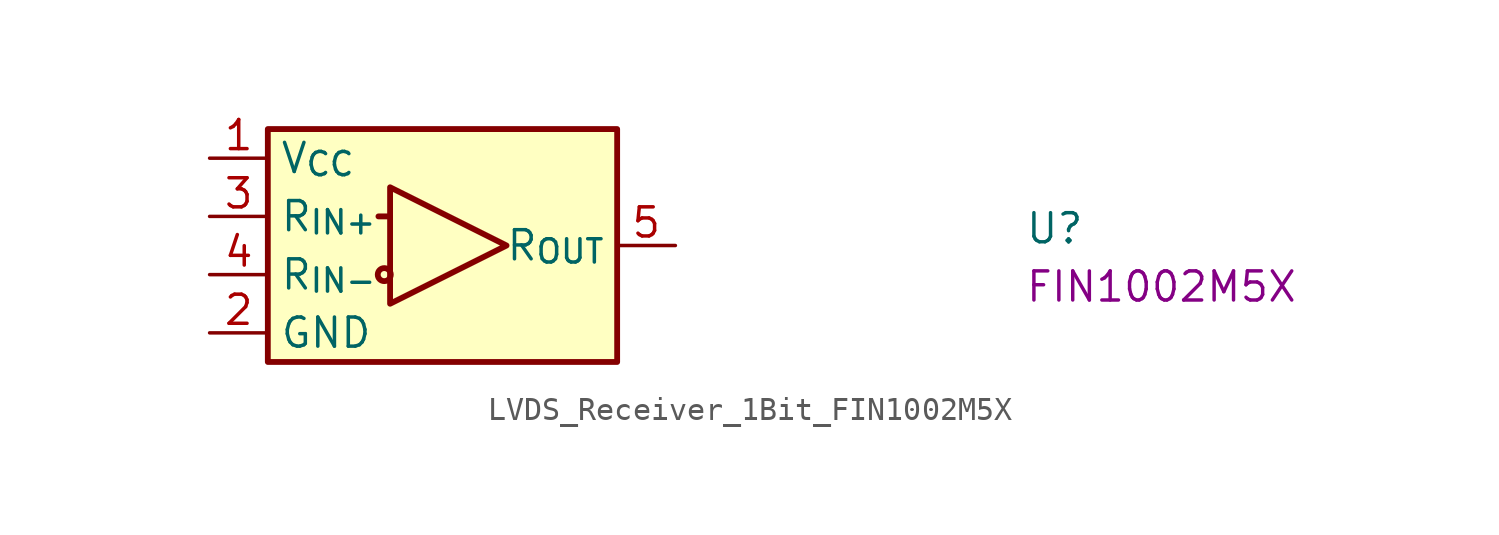
<source format=kicad_sym>
(kicad_symbol_lib
  (version 20220914)
  (generator kicad_symbol_editor)
  (symbol "LVDS_Receiver_1Bit_FIN1002M5X"
    (property "Reference" "U"
      (at 35.56 -3.81 0)
      (effects (font (size 1.27 1.27) (thickness 0.15)) (justify left bottom)))
    (property "MPN" "FIN1002M5X"
      (at 35.56 -6.35 0)
      (effects (font (size 1.27 1.27) (thickness 0.15)) (justify left bottom)))
    (symbol "LVDS_Receiver_1Bit_FIN1002M5X_1_1"
      (polyline (pts (xy 7.874 -2.54) (xy 7.366 -2.54)) (stroke (width 0.254) (type default)) (fill (type background)))
      (polyline (pts (xy 7.874 -3.81) (xy 7.874 -1.27) (xy 12.954 -3.81) (xy 7.874 -6.35) (xy 7.874 -3.81)) (stroke (width 0.254) (type default)) (fill (type background)))
      (rectangle (start 2.54 1.27) (end 17.78 -8.89) (stroke (width 0.254) (type default)) (fill (type background)))
      (circle (center 7.62 -5.08) (radius 0.284) (stroke (width 0.254) (type default)) (fill (type background)))
      (pin power_in line (at 0 0 0) (length 2.54) (name "V_{CC}" (effects (font (size 1.27 1.27)))) (number "1" (effects (font (size 1.27 1.27)))))
      (pin power_in line (at 0 -7.62 0) (length 2.54) (name "GND" (effects (font (size 1.27 1.27)))) (number "2" (effects (font (size 1.27 1.27)))))
      (pin input line (at 0 -2.54 0) (length 2.54) (name "R_{IN+}" (effects (font (size 1.27 1.27)))) (number "3" (effects (font (size 1.27 1.27)))))
      (pin input line (at 0 -5.08 0) (length 2.54) (name "R_{IN-}" (effects (font (size 1.27 1.27)))) (number "4" (effects (font (size 1.27 1.27)))))
      (pin output line (at 20.32 -3.81 180) (length 2.54) (name "R_{OUT}" (effects (font (size 1.27 1.27)))) (number "5" (effects (font (size 1.27 1.27))))))))
</source>
